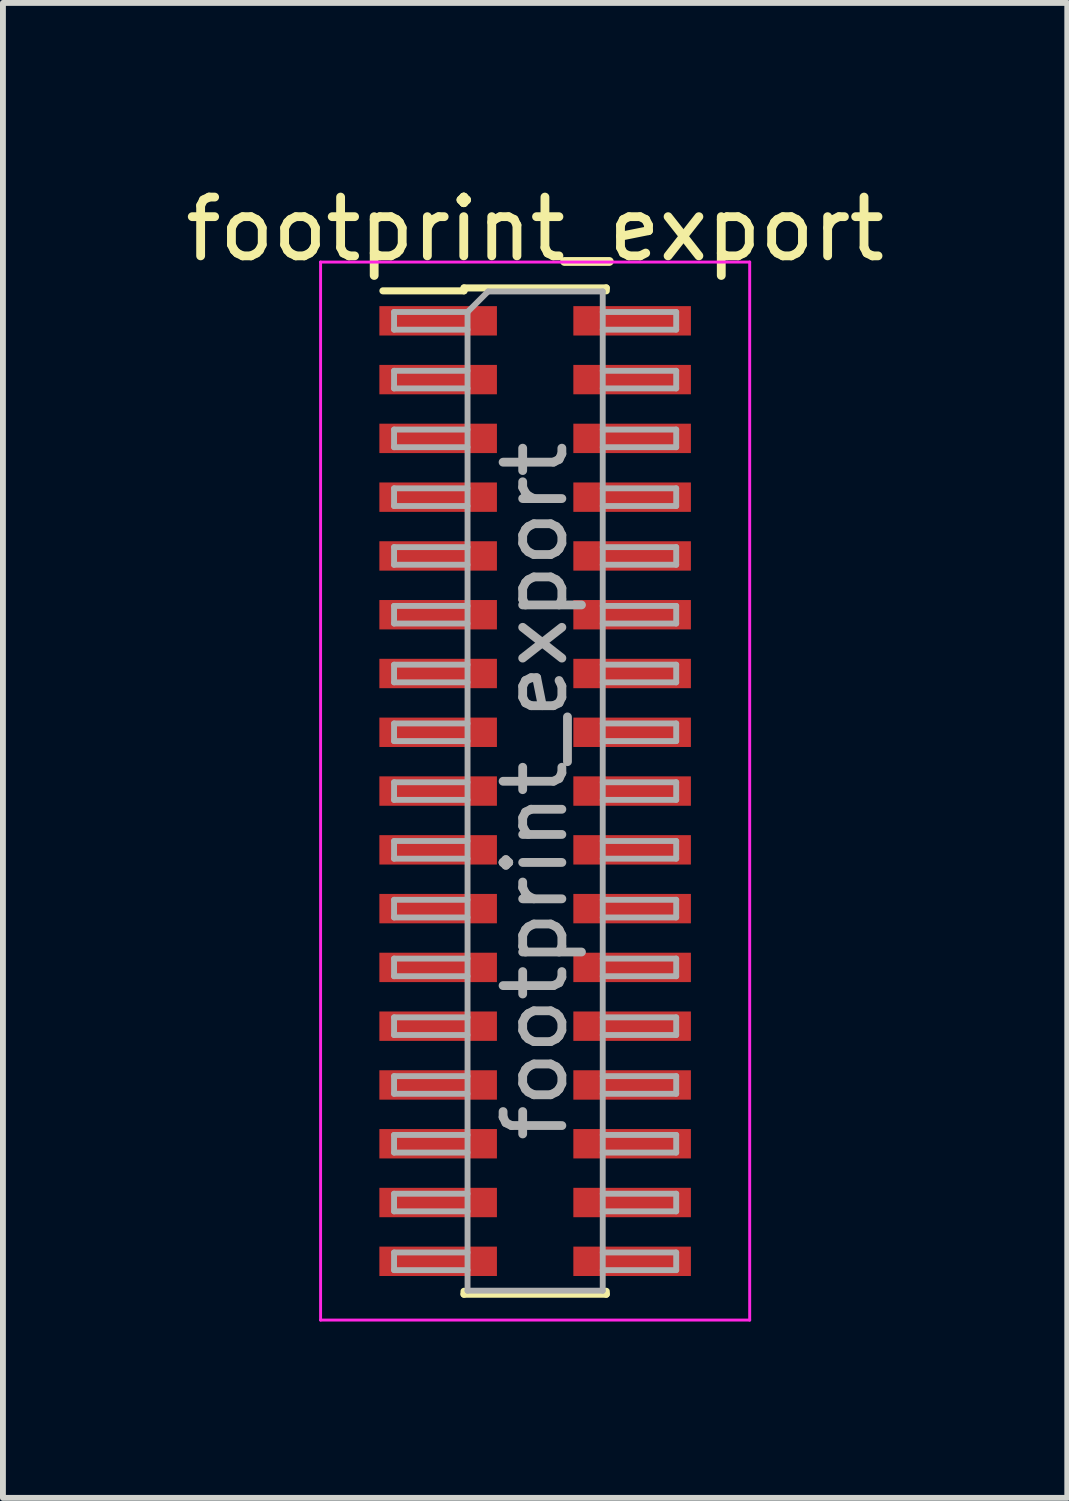
<source format=kicad_pcb>
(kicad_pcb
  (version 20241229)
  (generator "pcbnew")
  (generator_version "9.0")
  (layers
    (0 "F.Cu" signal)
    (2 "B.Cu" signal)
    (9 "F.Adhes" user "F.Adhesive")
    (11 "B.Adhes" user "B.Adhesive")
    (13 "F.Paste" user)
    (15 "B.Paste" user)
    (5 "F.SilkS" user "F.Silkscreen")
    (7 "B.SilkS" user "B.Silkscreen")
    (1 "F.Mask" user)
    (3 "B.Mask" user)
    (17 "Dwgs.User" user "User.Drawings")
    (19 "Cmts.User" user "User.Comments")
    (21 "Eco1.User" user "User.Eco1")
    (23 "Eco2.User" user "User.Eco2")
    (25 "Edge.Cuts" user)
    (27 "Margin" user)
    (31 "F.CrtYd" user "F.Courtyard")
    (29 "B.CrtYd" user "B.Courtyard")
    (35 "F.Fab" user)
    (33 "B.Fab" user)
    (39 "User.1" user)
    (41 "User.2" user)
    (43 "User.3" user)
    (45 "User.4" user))
  (footprint "footprint_export"
    (layer "F.Cu")
    (at 6.054 10.408)
    (property "Reference" "footprint_export" (at 0 -9.56 0) (layer "F.SilkS") (effects (font (size 1 1) (thickness 0.15))))
    (attr smd)
    (fp_line (start -2.59 -8.51) (end -1.21 -8.51) (stroke (width 0.12) (type solid)) (layer "F.SilkS"))
    (fp_line (start -1.21 -8.56) (end -1.21 -8.51) (stroke (width 0.12) (type solid)) (layer "F.SilkS"))
    (fp_line (start -1.21 -8.56) (end 1.21 -8.56) (stroke (width 0.12) (type solid)) (layer "F.SilkS"))
    (fp_line (start -1.21 8.51) (end -1.21 8.56) (stroke (width 0.12) (type solid)) (layer "F.SilkS"))
    (fp_line (start -1.21 8.56) (end 1.21 8.56) (stroke (width 0.12) (type solid)) (layer "F.SilkS"))
    (fp_line (start 1.21 -8.56) (end 1.21 -8.51) (stroke (width 0.12) (type solid)) (layer "F.SilkS"))
    (fp_line (start 1.21 8.51) (end 1.21 8.56) (stroke (width 0.12) (type solid)) (layer "F.SilkS"))
    (fp_line (start -3.65 -9) (end -3.65 9) (stroke (width 0.05) (type solid)) (layer "F.CrtYd"))
    (fp_line (start -3.65 9) (end 3.65 9) (stroke (width 0.05) (type solid)) (layer "F.CrtYd"))
    (fp_line (start 3.65 -9) (end -3.65 -9) (stroke (width 0.05) (type solid)) (layer "F.CrtYd"))
    (fp_line (start 3.65 9) (end 3.65 -9) (stroke (width 0.05) (type solid)) (layer "F.CrtYd"))
    (fp_line (start -2.4 -8.15) (end -2.4 -7.85) (stroke (width 0.1) (type solid)) (layer "F.Fab"))
    (fp_line (start -2.4 -7.85) (end -1.15 -7.85) (stroke (width 0.1) (type solid)) (layer "F.Fab"))
    (fp_line (start -2.4 -7.15) (end -2.4 -6.85) (stroke (width 0.1) (type solid)) (layer "F.Fab"))
    (fp_line (start -2.4 -6.85) (end -1.15 -6.85) (stroke (width 0.1) (type solid)) (layer "F.Fab"))
    (fp_line (start -2.4 -6.15) (end -2.4 -5.85) (stroke (width 0.1) (type solid)) (layer "F.Fab"))
    (fp_line (start -2.4 -5.85) (end -1.15 -5.85) (stroke (width 0.1) (type solid)) (layer "F.Fab"))
    (fp_line (start -2.4 -5.15) (end -2.4 -4.85) (stroke (width 0.1) (type solid)) (layer "F.Fab"))
    (fp_line (start -2.4 -4.85) (end -1.15 -4.85) (stroke (width 0.1) (type solid)) (layer "F.Fab"))
    (fp_line (start -2.4 -4.15) (end -2.4 -3.85) (stroke (width 0.1) (type solid)) (layer "F.Fab"))
    (fp_line (start -2.4 -3.85) (end -1.15 -3.85) (stroke (width 0.1) (type solid)) (layer "F.Fab"))
    (fp_line (start -2.4 -3.15) (end -2.4 -2.85) (stroke (width 0.1) (type solid)) (layer "F.Fab"))
    (fp_line (start -2.4 -2.85) (end -1.15 -2.85) (stroke (width 0.1) (type solid)) (layer "F.Fab"))
    (fp_line (start -2.4 -2.15) (end -2.4 -1.85) (stroke (width 0.1) (type solid)) (layer "F.Fab"))
    (fp_line (start -2.4 -1.85) (end -1.15 -1.85) (stroke (width 0.1) (type solid)) (layer "F.Fab"))
    (fp_line (start -2.4 -1.15) (end -2.4 -0.85) (stroke (width 0.1) (type solid)) (layer "F.Fab"))
    (fp_line (start -2.4 -0.85) (end -1.15 -0.85) (stroke (width 0.1) (type solid)) (layer "F.Fab"))
    (fp_line (start -2.4 -0.15) (end -2.4 0.15) (stroke (width 0.1) (type solid)) (layer "F.Fab"))
    (fp_line (start -2.4 0.15) (end -1.15 0.15) (stroke (width 0.1) (type solid)) (layer "F.Fab"))
    (fp_line (start -2.4 0.85) (end -2.4 1.15) (stroke (width 0.1) (type solid)) (layer "F.Fab"))
    (fp_line (start -2.4 1.15) (end -1.15 1.15) (stroke (width 0.1) (type solid)) (layer "F.Fab"))
    (fp_line (start -2.4 1.85) (end -2.4 2.15) (stroke (width 0.1) (type solid)) (layer "F.Fab"))
    (fp_line (start -2.4 2.15) (end -1.15 2.15) (stroke (width 0.1) (type solid)) (layer "F.Fab"))
    (fp_line (start -2.4 2.85) (end -2.4 3.15) (stroke (width 0.1) (type solid)) (layer "F.Fab"))
    (fp_line (start -2.4 3.15) (end -1.15 3.15) (stroke (width 0.1) (type solid)) (layer "F.Fab"))
    (fp_line (start -2.4 3.85) (end -2.4 4.15) (stroke (width 0.1) (type solid)) (layer "F.Fab"))
    (fp_line (start -2.4 4.15) (end -1.15 4.15) (stroke (width 0.1) (type solid)) (layer "F.Fab"))
    (fp_line (start -2.4 4.85) (end -2.4 5.15) (stroke (width 0.1) (type solid)) (layer "F.Fab"))
    (fp_line (start -2.4 5.15) (end -1.15 5.15) (stroke (width 0.1) (type solid)) (layer "F.Fab"))
    (fp_line (start -2.4 5.85) (end -2.4 6.15) (stroke (width 0.1) (type solid)) (layer "F.Fab"))
    (fp_line (start -2.4 6.15) (end -1.15 6.15) (stroke (width 0.1) (type solid)) (layer "F.Fab"))
    (fp_line (start -2.4 6.85) (end -2.4 7.15) (stroke (width 0.1) (type solid)) (layer "F.Fab"))
    (fp_line (start -2.4 7.15) (end -1.15 7.15) (stroke (width 0.1) (type solid)) (layer "F.Fab"))
    (fp_line (start -2.4 7.85) (end -2.4 8.15) (stroke (width 0.1) (type solid)) (layer "F.Fab"))
    (fp_line (start -2.4 8.15) (end -1.15 8.15) (stroke (width 0.1) (type solid)) (layer "F.Fab"))
    (fp_line (start -1.15 -8.15) (end -2.4 -8.15) (stroke (width 0.1) (type solid)) (layer "F.Fab"))
    (fp_line (start -1.15 -8.15) (end -0.8 -8.5) (stroke (width 0.1) (type solid)) (layer "F.Fab"))
    (fp_line (start -1.15 -7.15) (end -2.4 -7.15) (stroke (width 0.1) (type solid)) (layer "F.Fab"))
    (fp_line (start -1.15 -6.15) (end -2.4 -6.15) (stroke (width 0.1) (type solid)) (layer "F.Fab"))
    (fp_line (start -1.15 -5.15) (end -2.4 -5.15) (stroke (width 0.1) (type solid)) (layer "F.Fab"))
    (fp_line (start -1.15 -4.15) (end -2.4 -4.15) (stroke (width 0.1) (type solid)) (layer "F.Fab"))
    (fp_line (start -1.15 -3.15) (end -2.4 -3.15) (stroke (width 0.1) (type solid)) (layer "F.Fab"))
    (fp_line (start -1.15 -2.15) (end -2.4 -2.15) (stroke (width 0.1) (type solid)) (layer "F.Fab"))
    (fp_line (start -1.15 -1.15) (end -2.4 -1.15) (stroke (width 0.1) (type solid)) (layer "F.Fab"))
    (fp_line (start -1.15 -0.15) (end -2.4 -0.15) (stroke (width 0.1) (type solid)) (layer "F.Fab"))
    (fp_line (start -1.15 0.85) (end -2.4 0.85) (stroke (width 0.1) (type solid)) (layer "F.Fab"))
    (fp_line (start -1.15 1.85) (end -2.4 1.85) (stroke (width 0.1) (type solid)) (layer "F.Fab"))
    (fp_line (start -1.15 2.85) (end -2.4 2.85) (stroke (width 0.1) (type solid)) (layer "F.Fab"))
    (fp_line (start -1.15 3.85) (end -2.4 3.85) (stroke (width 0.1) (type solid)) (layer "F.Fab"))
    (fp_line (start -1.15 4.85) (end -2.4 4.85) (stroke (width 0.1) (type solid)) (layer "F.Fab"))
    (fp_line (start -1.15 5.85) (end -2.4 5.85) (stroke (width 0.1) (type solid)) (layer "F.Fab"))
    (fp_line (start -1.15 6.85) (end -2.4 6.85) (stroke (width 0.1) (type solid)) (layer "F.Fab"))
    (fp_line (start -1.15 7.85) (end -2.4 7.85) (stroke (width 0.1) (type solid)) (layer "F.Fab"))
    (fp_line (start -1.15 8.5) (end -1.15 -8.15) (stroke (width 0.1) (type solid)) (layer "F.Fab"))
    (fp_line (start -0.8 -8.5) (end 1.15 -8.5) (stroke (width 0.1) (type solid)) (layer "F.Fab"))
    (fp_line (start 1.15 -8.5) (end 1.15 8.5) (stroke (width 0.1) (type solid)) (layer "F.Fab"))
    (fp_line (start 1.15 -8.15) (end 2.4 -8.15) (stroke (width 0.1) (type solid)) (layer "F.Fab"))
    (fp_line (start 1.15 -7.15) (end 2.4 -7.15) (stroke (width 0.1) (type solid)) (layer "F.Fab"))
    (fp_line (start 1.15 -6.15) (end 2.4 -6.15) (stroke (width 0.1) (type solid)) (layer "F.Fab"))
    (fp_line (start 1.15 -5.15) (end 2.4 -5.15) (stroke (width 0.1) (type solid)) (layer "F.Fab"))
    (fp_line (start 1.15 -4.15) (end 2.4 -4.15) (stroke (width 0.1) (type solid)) (layer "F.Fab"))
    (fp_line (start 1.15 -3.15) (end 2.4 -3.15) (stroke (width 0.1) (type solid)) (layer "F.Fab"))
    (fp_line (start 1.15 -2.15) (end 2.4 -2.15) (stroke (width 0.1) (type solid)) (layer "F.Fab"))
    (fp_line (start 1.15 -1.15) (end 2.4 -1.15) (stroke (width 0.1) (type solid)) (layer "F.Fab"))
    (fp_line (start 1.15 -0.15) (end 2.4 -0.15) (stroke (width 0.1) (type solid)) (layer "F.Fab"))
    (fp_line (start 1.15 0.85) (end 2.4 0.85) (stroke (width 0.1) (type solid)) (layer "F.Fab"))
    (fp_line (start 1.15 1.85) (end 2.4 1.85) (stroke (width 0.1) (type solid)) (layer "F.Fab"))
    (fp_line (start 1.15 2.85) (end 2.4 2.85) (stroke (width 0.1) (type solid)) (layer "F.Fab"))
    (fp_line (start 1.15 3.85) (end 2.4 3.85) (stroke (width 0.1) (type solid)) (layer "F.Fab"))
    (fp_line (start 1.15 4.85) (end 2.4 4.85) (stroke (width 0.1) (type solid)) (layer "F.Fab"))
    (fp_line (start 1.15 5.85) (end 2.4 5.85) (stroke (width 0.1) (type solid)) (layer "F.Fab"))
    (fp_line (start 1.15 6.85) (end 2.4 6.85) (stroke (width 0.1) (type solid)) (layer "F.Fab"))
    (fp_line (start 1.15 7.85) (end 2.4 7.85) (stroke (width 0.1) (type solid)) (layer "F.Fab"))
    (fp_line (start 1.15 8.5) (end -1.15 8.5) (stroke (width 0.1) (type solid)) (layer "F.Fab"))
    (fp_line (start 2.4 -8.15) (end 2.4 -7.85) (stroke (width 0.1) (type solid)) (layer "F.Fab"))
    (fp_line (start 2.4 -7.85) (end 1.15 -7.85) (stroke (width 0.1) (type solid)) (layer "F.Fab"))
    (fp_line (start 2.4 -7.15) (end 2.4 -6.85) (stroke (width 0.1) (type solid)) (layer "F.Fab"))
    (fp_line (start 2.4 -6.85) (end 1.15 -6.85) (stroke (width 0.1) (type solid)) (layer "F.Fab"))
    (fp_line (start 2.4 -6.15) (end 2.4 -5.85) (stroke (width 0.1) (type solid)) (layer "F.Fab"))
    (fp_line (start 2.4 -5.85) (end 1.15 -5.85) (stroke (width 0.1) (type solid)) (layer "F.Fab"))
    (fp_line (start 2.4 -5.15) (end 2.4 -4.85) (stroke (width 0.1) (type solid)) (layer "F.Fab"))
    (fp_line (start 2.4 -4.85) (end 1.15 -4.85) (stroke (width 0.1) (type solid)) (layer "F.Fab"))
    (fp_line (start 2.4 -4.15) (end 2.4 -3.85) (stroke (width 0.1) (type solid)) (layer "F.Fab"))
    (fp_line (start 2.4 -3.85) (end 1.15 -3.85) (stroke (width 0.1) (type solid)) (layer "F.Fab"))
    (fp_line (start 2.4 -3.15) (end 2.4 -2.85) (stroke (width 0.1) (type solid)) (layer "F.Fab"))
    (fp_line (start 2.4 -2.85) (end 1.15 -2.85) (stroke (width 0.1) (type solid)) (layer "F.Fab"))
    (fp_line (start 2.4 -2.15) (end 2.4 -1.85) (stroke (width 0.1) (type solid)) (layer "F.Fab"))
    (fp_line (start 2.4 -1.85) (end 1.15 -1.85) (stroke (width 0.1) (type solid)) (layer "F.Fab"))
    (fp_line (start 2.4 -1.15) (end 2.4 -0.85) (stroke (width 0.1) (type solid)) (layer "F.Fab"))
    (fp_line (start 2.4 -0.85) (end 1.15 -0.85) (stroke (width 0.1) (type solid)) (layer "F.Fab"))
    (fp_line (start 2.4 -0.15) (end 2.4 0.15) (stroke (width 0.1) (type solid)) (layer "F.Fab"))
    (fp_line (start 2.4 0.15) (end 1.15 0.15) (stroke (width 0.1) (type solid)) (layer "F.Fab"))
    (fp_line (start 2.4 0.85) (end 2.4 1.15) (stroke (width 0.1) (type solid)) (layer "F.Fab"))
    (fp_line (start 2.4 1.15) (end 1.15 1.15) (stroke (width 0.1) (type solid)) (layer "F.Fab"))
    (fp_line (start 2.4 1.85) (end 2.4 2.15) (stroke (width 0.1) (type solid)) (layer "F.Fab"))
    (fp_line (start 2.4 2.15) (end 1.15 2.15) (stroke (width 0.1) (type solid)) (layer "F.Fab"))
    (fp_line (start 2.4 2.85) (end 2.4 3.15) (stroke (width 0.1) (type solid)) (layer "F.Fab"))
    (fp_line (start 2.4 3.15) (end 1.15 3.15) (stroke (width 0.1) (type solid)) (layer "F.Fab"))
    (fp_line (start 2.4 3.85) (end 2.4 4.15) (stroke (width 0.1) (type solid)) (layer "F.Fab"))
    (fp_line (start 2.4 4.15) (end 1.15 4.15) (stroke (width 0.1) (type solid)) (layer "F.Fab"))
    (fp_line (start 2.4 4.85) (end 2.4 5.15) (stroke (width 0.1) (type solid)) (layer "F.Fab"))
    (fp_line (start 2.4 5.15) (end 1.15 5.15) (stroke (width 0.1) (type solid)) (layer "F.Fab"))
    (fp_line (start 2.4 5.85) (end 2.4 6.15) (stroke (width 0.1) (type solid)) (layer "F.Fab"))
    (fp_line (start 2.4 6.15) (end 1.15 6.15) (stroke (width 0.1) (type solid)) (layer "F.Fab"))
    (fp_line (start 2.4 6.85) (end 2.4 7.15) (stroke (width 0.1) (type solid)) (layer "F.Fab"))
    (fp_line (start 2.4 7.15) (end 1.15 7.15) (stroke (width 0.1) (type solid)) (layer "F.Fab"))
    (fp_line (start 2.4 7.85) (end 2.4 8.15) (stroke (width 0.1) (type solid)) (layer "F.Fab"))
    (fp_line (start 2.4 8.15) (end 1.15 8.15) (stroke (width 0.1) (type solid)) (layer "F.Fab"))
    (fp_text user "${REFERENCE}" (at 0 0 90) (layer "F.Fab") (effects (font (size 1 1) (thickness 0.15))))
    (pad "1" smd rect (at -1.65 -8) (size 2 0.5) (layers "F.Cu" "F.Mask" "F.Paste"))
    (pad "2" smd rect (at 1.65 -8) (size 2 0.5) (layers "F.Cu" "F.Mask" "F.Paste"))
    (pad "3" smd rect (at -1.65 -7) (size 2 0.5) (layers "F.Cu" "F.Mask" "F.Paste"))
    (pad "4" smd rect (at 1.65 -7) (size 2 0.5) (layers "F.Cu" "F.Mask" "F.Paste"))
    (pad "5" smd rect (at -1.65 -6) (size 2 0.5) (layers "F.Cu" "F.Mask" "F.Paste"))
    (pad "6" smd rect (at 1.65 -6) (size 2 0.5) (layers "F.Cu" "F.Mask" "F.Paste"))
    (pad "7" smd rect (at -1.65 -5) (size 2 0.5) (layers "F.Cu" "F.Mask" "F.Paste"))
    (pad "8" smd rect (at 1.65 -5) (size 2 0.5) (layers "F.Cu" "F.Mask" "F.Paste"))
    (pad "9" smd rect (at -1.65 -4) (size 2 0.5) (layers "F.Cu" "F.Mask" "F.Paste"))
    (pad "10" smd rect (at 1.65 -4) (size 2 0.5) (layers "F.Cu" "F.Mask" "F.Paste"))
    (pad "11" smd rect (at -1.65 -3) (size 2 0.5) (layers "F.Cu" "F.Mask" "F.Paste"))
    (pad "12" smd rect (at 1.65 -3) (size 2 0.5) (layers "F.Cu" "F.Mask" "F.Paste"))
    (pad "13" smd rect (at -1.65 -2) (size 2 0.5) (layers "F.Cu" "F.Mask" "F.Paste"))
    (pad "14" smd rect (at 1.65 -2) (size 2 0.5) (layers "F.Cu" "F.Mask" "F.Paste"))
    (pad "15" smd rect (at -1.65 -1) (size 2 0.5) (layers "F.Cu" "F.Mask" "F.Paste"))
    (pad "16" smd rect (at 1.65 -1) (size 2 0.5) (layers "F.Cu" "F.Mask" "F.Paste"))
    (pad "17" smd rect (at -1.65 0) (size 2 0.5) (layers "F.Cu" "F.Mask" "F.Paste"))
    (pad "18" smd rect (at 1.65 0) (size 2 0.5) (layers "F.Cu" "F.Mask" "F.Paste"))
    (pad "19" smd rect (at -1.65 1) (size 2 0.5) (layers "F.Cu" "F.Mask" "F.Paste"))
    (pad "20" smd rect (at 1.65 1) (size 2 0.5) (layers "F.Cu" "F.Mask" "F.Paste"))
    (pad "21" smd rect (at -1.65 2) (size 2 0.5) (layers "F.Cu" "F.Mask" "F.Paste"))
    (pad "22" smd rect (at 1.65 2) (size 2 0.5) (layers "F.Cu" "F.Mask" "F.Paste"))
    (pad "23" smd rect (at -1.65 3) (size 2 0.5) (layers "F.Cu" "F.Mask" "F.Paste"))
    (pad "24" smd rect (at 1.65 3) (size 2 0.5) (layers "F.Cu" "F.Mask" "F.Paste"))
    (pad "25" smd rect (at -1.65 4) (size 2 0.5) (layers "F.Cu" "F.Mask" "F.Paste"))
    (pad "26" smd rect (at 1.65 4) (size 2 0.5) (layers "F.Cu" "F.Mask" "F.Paste"))
    (pad "27" smd rect (at -1.65 5) (size 2 0.5) (layers "F.Cu" "F.Mask" "F.Paste"))
    (pad "28" smd rect (at 1.65 5) (size 2 0.5) (layers "F.Cu" "F.Mask" "F.Paste"))
    (pad "29" smd rect (at -1.65 6) (size 2 0.5) (layers "F.Cu" "F.Mask" "F.Paste"))
    (pad "30" smd rect (at 1.65 6) (size 2 0.5) (layers "F.Cu" "F.Mask" "F.Paste"))
    (pad "31" smd rect (at -1.65 7) (size 2 0.5) (layers "F.Cu" "F.Mask" "F.Paste"))
    (pad "32" smd rect (at 1.65 7) (size 2 0.5) (layers "F.Cu" "F.Mask" "F.Paste"))
    (pad "33" smd rect (at -1.65 8) (size 2 0.5) (layers "F.Cu" "F.Mask" "F.Paste"))
    (pad "34" smd rect (at 1.65 8) (size 2 0.5) (layers "F.Cu" "F.Mask" "F.Paste")))
  (gr_rect
    (start -3 -3)
    (end 15.107 22.433)
    (stroke (width 0.1) (type default))
    (fill no)
    (layer "Edge.Cuts")))
</source>
